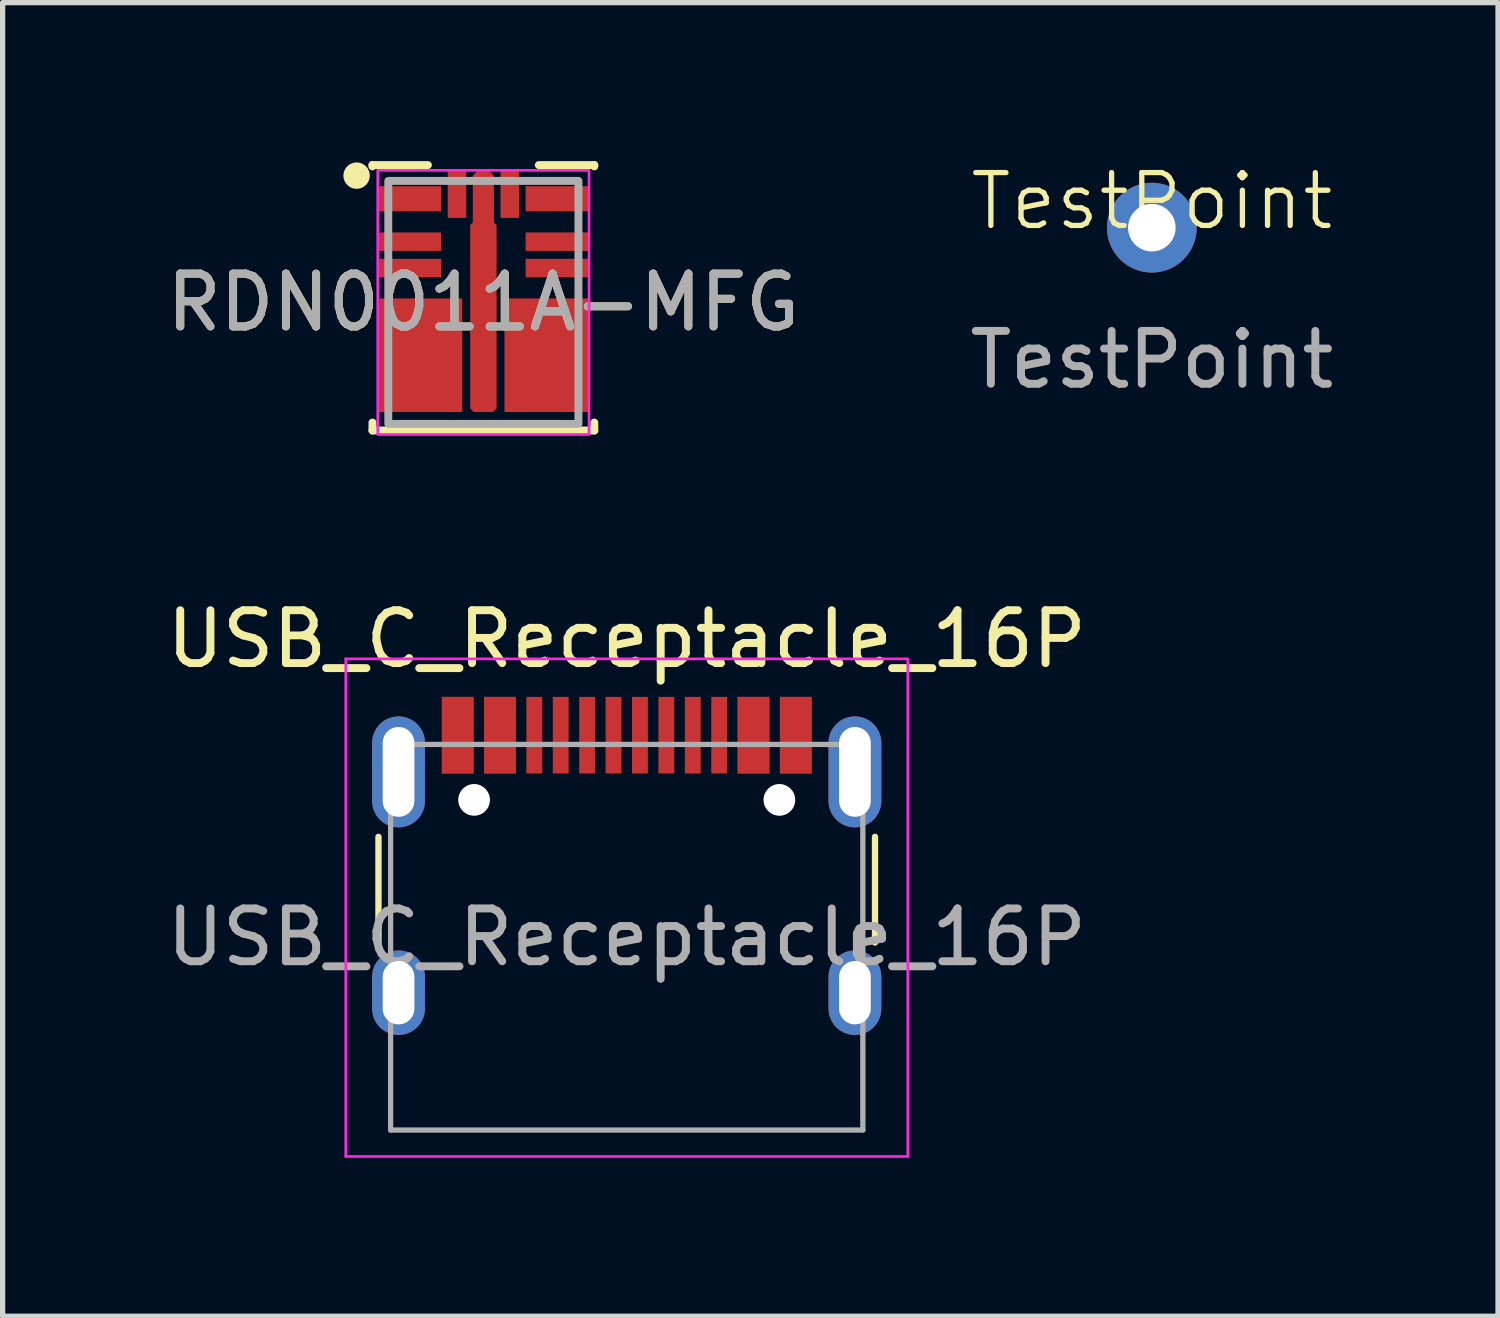
<source format=kicad_pcb>
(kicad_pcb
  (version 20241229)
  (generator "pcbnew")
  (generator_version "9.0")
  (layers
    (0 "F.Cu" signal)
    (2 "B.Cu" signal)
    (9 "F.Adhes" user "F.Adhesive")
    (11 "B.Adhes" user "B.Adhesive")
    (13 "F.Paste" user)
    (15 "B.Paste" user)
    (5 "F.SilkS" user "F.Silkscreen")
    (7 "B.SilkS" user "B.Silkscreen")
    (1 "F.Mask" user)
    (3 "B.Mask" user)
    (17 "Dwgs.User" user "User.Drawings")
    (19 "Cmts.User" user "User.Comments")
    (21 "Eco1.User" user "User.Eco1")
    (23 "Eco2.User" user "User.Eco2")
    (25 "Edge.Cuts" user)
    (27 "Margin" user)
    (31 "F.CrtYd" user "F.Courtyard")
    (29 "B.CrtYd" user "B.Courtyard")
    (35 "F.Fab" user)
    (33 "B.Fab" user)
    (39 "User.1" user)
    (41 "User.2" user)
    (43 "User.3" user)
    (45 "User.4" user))
  (footprint "RDN0011A-MFG"
    (layer "F.Cu")
    (at 6.101 2.675)
    (property "Reference" "RDN0011A-MFG" (at 0 0 0) (unlocked yes) (layer "F.SilkS") (effects (font (size 1 1) (thickness 0.15))))
    (attr through_hole)
    (fp_poly (pts (xy -1.95 -2.099) (xy -1.9 -2.15) (xy -0.9 -2.15) (xy -0.85 -2.099) (xy -0.85 -1.825) (xy -0.9 -1.774) (xy -1.9 -1.774) (xy -1.95 -1.825)) (stroke (width 0) (type solid)) (fill yes) (layer "F.Mask"))
    (fp_poly (pts (xy -1.9 -1.025) (xy -1.95 -1.075) (xy -1.95 -1.225) (xy -1.9 -1.275) (xy -0.9 -1.275) (xy -0.85 -1.225) (xy -0.85 -1.075) (xy -0.9 -1.025)) (stroke (width 0) (type solid)) (fill yes) (layer "F.Mask"))
    (fp_poly (pts (xy -0.9 -0.775) (xy -0.85 -0.725) (xy -0.85 -0.575) (xy -0.9 -0.525) (xy -1.9 -0.525) (xy -1.95 -0.575) (xy -1.95 -0.725) (xy -1.9 -0.775)) (stroke (width 0) (type solid)) (fill yes) (layer "F.Mask"))
    (fp_poly (pts (xy -0.425 -1.65) (xy -0.575 -1.65) (xy -0.625 -1.7) (xy -0.625 -2.4) (xy -0.575 -2.45) (xy -0.425 -2.45) (xy -0.375 -2.4) (xy -0.375 -1.7)) (stroke (width 0) (type solid)) (fill yes) (layer "F.Mask"))
    (fp_poly (pts (xy -0.15 -2.4) (xy -0.1 -2.45) (xy 0.1 -2.45) (xy 0.15 -2.4) (xy 0.15 -0.974) (xy 0.1 -0.924) (xy -0.1 -0.924) (xy -0.15 -0.974)) (stroke (width 0) (type solid)) (fill yes) (layer "F.Mask"))
    (fp_poly (pts (xy 0.575 -1.65) (xy 0.425 -1.65) (xy 0.375 -1.7) (xy 0.375 -2.4) (xy 0.425 -2.45) (xy 0.575 -2.45) (xy 0.625 -2.4) (xy 0.625 -1.7)) (stroke (width 0) (type solid)) (fill yes) (layer "F.Mask"))
    (fp_poly (pts (xy 0.85 -1.075) (xy 0.85 -1.225) (xy 0.9 -1.275) (xy 1.9 -1.275) (xy 1.95 -1.225) (xy 1.95 -1.075) (xy 1.9 -1.025) (xy 0.9 -1.025)) (stroke (width 0) (type solid)) (fill yes) (layer "F.Mask"))
    (fp_poly (pts (xy 0.85 -0.725) (xy 0.9 -0.775) (xy 1.9 -0.775) (xy 1.95 -0.725) (xy 1.95 -0.575) (xy 1.9 -0.525) (xy 0.9 -0.525) (xy 0.85 -0.575)) (stroke (width 0) (type solid)) (fill yes) (layer "F.Mask"))
    (fp_poly (pts (xy 1.95 -2.099) (xy 1.95 -1.825) (xy 1.9 -1.774) (xy 0.9 -1.774) (xy 0.85 -1.825) (xy 0.85 -2.099) (xy 0.9 -2.15) (xy 1.9 -2.15)) (stroke (width 0) (type solid)) (fill yes) (layer "F.Mask"))
    (fp_poly (pts (xy -0.5 2.025) (xy -0.45 1.975) (xy -0.45 0.025) (xy -0.5 -0.025) (xy -1.525 -0.025) (xy -1.575 0.025) (xy -1.575 0.125) (xy -1.625 0.175) (xy -1.9 0.175) (xy -1.95 0.225) (xy -1.95 0.375) (xy -1.9 0.425) (xy -1.625 0.425) (xy -1.575 0.475) (xy -1.575 0.625) (xy -1.625 0.675) (xy -1.9 0.675) (xy -1.95 0.725) (xy -1.95 0.875) (xy -1.9 0.925) (xy -1.625 0.925) (xy -1.575 0.975) (xy -1.575 1.125) (xy -1.625 1.175) (xy -1.9 1.175) (xy -1.95 1.225) (xy -1.95 1.375) (xy -1.9 1.425) (xy -1.625 1.425) (xy -1.575 1.475) (xy -1.575 1.625) (xy -1.625 1.675) (xy -1.9 1.675) (xy -1.95 1.725) (xy -1.95 1.875) (xy -1.9 1.925) (xy -1.625 1.925) (xy -1.575 1.975) (xy -1.575 1.975) (xy -1.525 2.025)) (stroke (width 0) (type solid)) (fill yes) (layer "F.Mask"))
    (fp_poly (pts (xy 0.5 2.025) (xy 0.45 1.975) (xy 0.45 0.025) (xy 0.5 -0.025) (xy 1.525 -0.025) (xy 1.575 0.025) (xy 1.575 0.125) (xy 1.625 0.175) (xy 1.9 0.175) (xy 1.95 0.225) (xy 1.95 0.375) (xy 1.9 0.425) (xy 1.625 0.425) (xy 1.575 0.475) (xy 1.575 0.625) (xy 1.625 0.675) (xy 1.9 0.675) (xy 1.95 0.725) (xy 1.95 0.875) (xy 1.9 0.925) (xy 1.625 0.925) (xy 1.575 0.975) (xy 1.575 1.125) (xy 1.625 1.175) (xy 1.9 1.175) (xy 1.95 1.225) (xy 1.95 1.375) (xy 1.9 1.425) (xy 1.625 1.425) (xy 1.575 1.475) (xy 1.575 1.625) (xy 1.625 1.675) (xy 1.9 1.675) (xy 1.95 1.725) (xy 1.95 1.875) (xy 1.9 1.925) (xy 1.625 1.925) (xy 1.575 1.975) (xy 1.575 1.975) (xy 1.525 2.025)) (stroke (width 0) (type solid)) (fill yes) (layer "F.Mask"))
    (fp_line (start -2.1 -2.6) (end -1.05 -2.6) (stroke (width 0.15) (type solid)) (layer "F.SilkS"))
    (fp_line (start -2.1 -2.575) (end -2.1 -2.6) (stroke (width 0.15) (type solid)) (layer "F.SilkS"))
    (fp_line (start -2.1 2.425) (end -2.1 2.275) (stroke (width 0.15) (type solid)) (layer "F.SilkS"))
    (fp_line (start -2.1 2.425) (end 2.1 2.425) (stroke (width 0.15) (type solid)) (layer "F.SilkS"))
    (fp_line (start 1.05 -2.6) (end 2.1 -2.6) (stroke (width 0.15) (type solid)) (layer "F.SilkS"))
    (fp_line (start 2.1 -2.575) (end 2.1 -2.6) (stroke (width 0.15) (type solid)) (layer "F.SilkS"))
    (fp_line (start 2.1 2.425) (end 2.1 2.275) (stroke (width 0.15) (type solid)) (layer "F.SilkS"))
    (fp_circle (center -2.4 -2.4) (end -2.275 -2.4) (stroke (width 0.25) (type solid)) (fill no) (layer "F.SilkS"))
    (fp_poly (pts (xy -1.95 -2.099) (xy -1.9 -2.15) (xy -0.9 -2.15) (xy -0.85 -2.099) (xy -0.85 -1.825) (xy -0.9 -1.774) (xy -1.9 -1.774) (xy -1.95 -1.825)) (stroke (width 0) (type solid)) (fill yes) (layer "F.Paste"))
    (fp_poly (pts (xy -1.9 -1.025) (xy -1.95 -1.075) (xy -1.95 -1.225) (xy -1.9 -1.275) (xy -0.9 -1.275) (xy -0.85 -1.225) (xy -0.85 -1.075) (xy -0.9 -1.025)) (stroke (width 0) (type solid)) (fill yes) (layer "F.Paste"))
    (fp_poly (pts (xy -1.575 0.225) (xy -1.575 0.375) (xy -1.625 0.425) (xy -1.9 0.425) (xy -1.95 0.375) (xy -1.95 0.225) (xy -1.9 0.175) (xy -1.625 0.175)) (stroke (width 0) (type solid)) (fill yes) (layer "F.Paste"))
    (fp_poly (pts (xy -1.575 0.725) (xy -1.575 0.875) (xy -1.625 0.925) (xy -1.9 0.925) (xy -1.95 0.875) (xy -1.95 0.725) (xy -1.9 0.675) (xy -1.625 0.675)) (stroke (width 0) (type solid)) (fill yes) (layer "F.Paste"))
    (fp_poly (pts (xy -1.575 1.225) (xy -1.575 1.375) (xy -1.625 1.425) (xy -1.9 1.425) (xy -1.95 1.375) (xy -1.95 1.225) (xy -1.9 1.175) (xy -1.625 1.175)) (stroke (width 0) (type solid)) (fill yes) (layer "F.Paste"))
    (fp_poly (pts (xy -1.575 1.725) (xy -1.575 1.875) (xy -1.625 1.925) (xy -1.9 1.925) (xy -1.95 1.875) (xy -1.95 1.725) (xy -1.9 1.675) (xy -1.625 1.675)) (stroke (width 0) (type solid)) (fill yes) (layer "F.Paste"))
    (fp_poly (pts (xy -1.38 0.443) (xy -1.38 0.028) (xy -1.33 -0.022) (xy -0.5 -0.022) (xy -0.45 0.028) (xy -0.45 0.443) (xy -0.5 0.493) (xy -1.33 0.493)) (stroke (width 0) (type solid)) (fill yes) (layer "F.Paste"))
    (fp_poly (pts (xy -1.33 1.31) (xy -1.38 1.26) (xy -1.38 0.74) (xy -1.33 0.69) (xy -0.5 0.69) (xy -0.45 0.74) (xy -0.45 1.26) (xy -0.5 1.31)) (stroke (width 0) (type solid)) (fill yes) (layer "F.Paste"))
    (fp_poly (pts (xy -1.33 1.512) (xy -0.5 1.512) (xy -0.45 1.562) (xy -0.45 1.977) (xy -0.5 2.027) (xy -1.33 2.027) (xy -1.38 1.977) (xy -1.38 1.562)) (stroke (width 0) (type solid)) (fill yes) (layer "F.Paste"))
    (fp_poly (pts (xy -0.9 -0.775) (xy -0.85 -0.725) (xy -0.85 -0.575) (xy -0.9 -0.525) (xy -1.9 -0.525) (xy -1.95 -0.575) (xy -1.95 -0.725) (xy -1.9 -0.775)) (stroke (width 0) (type solid)) (fill yes) (layer "F.Paste"))
    (fp_poly (pts (xy -0.425 -1.65) (xy -0.575 -1.65) (xy -0.625 -1.7) (xy -0.625 -2.4) (xy -0.575 -2.45) (xy -0.425 -2.45) (xy -0.375 -2.4) (xy -0.375 -1.7)) (stroke (width 0) (type solid)) (fill yes) (layer "F.Paste"))
    (fp_poly (pts (xy -0.15 -2.4) (xy -0.1 -2.45) (xy 0.1 -2.45) (xy 0.15 -2.4) (xy 0.15 -0.974) (xy 0.1 -0.924) (xy -0.1 -0.924) (xy -0.15 -0.974)) (stroke (width 0) (type solid)) (fill yes) (layer "F.Paste"))
    (fp_poly (pts (xy 0.45 1.26) (xy 0.45 0.74) (xy 0.5 0.69) (xy 1.33 0.69) (xy 1.38 0.74) (xy 1.38 1.26) (xy 1.33 1.31) (xy 0.5 1.31)) (stroke (width 0) (type solid)) (fill yes) (layer "F.Paste"))
    (fp_poly (pts (xy 0.575 -1.65) (xy 0.425 -1.65) (xy 0.375 -1.7) (xy 0.375 -2.4) (xy 0.425 -2.45) (xy 0.575 -2.45) (xy 0.625 -2.4) (xy 0.625 -1.7)) (stroke (width 0) (type solid)) (fill yes) (layer "F.Paste"))
    (fp_poly (pts (xy 0.85 -1.075) (xy 0.85 -1.225) (xy 0.9 -1.275) (xy 1.9 -1.275) (xy 1.95 -1.225) (xy 1.95 -1.075) (xy 1.9 -1.025) (xy 0.9 -1.025)) (stroke (width 0) (type solid)) (fill yes) (layer "F.Paste"))
    (fp_poly (pts (xy 0.85 -0.725) (xy 0.9 -0.775) (xy 1.9 -0.775) (xy 1.95 -0.725) (xy 1.95 -0.575) (xy 1.9 -0.525) (xy 0.9 -0.525) (xy 0.85 -0.575)) (stroke (width 0) (type solid)) (fill yes) (layer "F.Paste"))
    (fp_poly (pts (xy 1.33 0.493) (xy 0.5 0.493) (xy 0.45 0.443) (xy 0.45 0.028) (xy 0.5 -0.022) (xy 1.33 -0.022) (xy 1.38 0.028) (xy 1.38 0.443)) (stroke (width 0) (type solid)) (fill yes) (layer "F.Paste"))
    (fp_poly (pts (xy 1.38 1.562) (xy 1.38 1.977) (xy 1.33 2.027) (xy 0.5 2.027) (xy 0.45 1.977) (xy 0.45 1.562) (xy 0.5 1.512) (xy 1.33 1.512)) (stroke (width 0) (type solid)) (fill yes) (layer "F.Paste"))
    (fp_poly (pts (xy 1.95 0.225) (xy 1.95 0.375) (xy 1.9 0.425) (xy 1.625 0.425) (xy 1.575 0.375) (xy 1.575 0.225) (xy 1.625 0.175) (xy 1.9 0.175)) (stroke (width 0) (type solid)) (fill yes) (layer "F.Paste"))
    (fp_poly (pts (xy 1.95 0.725) (xy 1.95 0.875) (xy 1.9 0.925) (xy 1.625 0.925) (xy 1.575 0.875) (xy 1.575 0.725) (xy 1.625 0.675) (xy 1.9 0.675)) (stroke (width 0) (type solid)) (fill yes) (layer "F.Paste"))
    (fp_poly (pts (xy 1.95 1.225) (xy 1.95 1.375) (xy 1.9 1.425) (xy 1.625 1.425) (xy 1.575 1.375) (xy 1.575 1.225) (xy 1.625 1.175) (xy 1.9 1.175)) (stroke (width 0) (type solid)) (fill yes) (layer "F.Paste"))
    (fp_poly (pts (xy 1.95 1.725) (xy 1.95 1.875) (xy 1.9 1.925) (xy 1.625 1.925) (xy 1.575 1.875) (xy 1.575 1.725) (xy 1.625 1.675) (xy 1.9 1.675)) (stroke (width 0) (type solid)) (fill yes) (layer "F.Paste"))
    (fp_poly (pts (xy 1.95 -2.099) (xy 1.95 -1.825) (xy 1.9 -1.774) (xy 0.9 -1.774) (xy 0.85 -1.825) (xy 0.85 -2.099) (xy 0.9 -2.15) (xy 1.9 -2.15)) (stroke (width 0) (type solid)) (fill yes) (layer "F.Paste"))
    (fp_rect (start -2 -2.5) (end 2 2.5) (stroke (width 0.05) (type default)) (fill no) (layer "F.CrtYd"))
    (fp_rect (start -1.8 -2.3) (end 1.8 2.3) (stroke (width 0.15) (type solid)) (fill no) (layer "F.Fab"))
    (fp_text user "${REFERENCE}" (at 0 0 0) (unlocked yes) (layer "F.Fab") (effects (font (size 1 1) (thickness 0.15))))
    (pad "1" smd rect (at -1.4 -1.962) (size 1.2 0.475) (layers "F.Cu"))
    (pad "2" smd rect (at -1.4 -1.15) (size 1.2 0.35) (layers "F.Cu"))
    (pad "3" smd rect (at -1.4 -0.65) (size 1.2 0.35) (layers "F.Cu"))
    (pad "4" smd rect (at -1.2 1) (size 1.6 2.15) (layers "F.Cu"))
    (pad "5" smd rect (at 1.2 1) (size 1.6 2.15) (layers "F.Cu"))
    (pad "6" smd rect (at 1.4 -0.65) (size 1.2 0.35) (layers "F.Cu"))
    (pad "7" smd rect (at 1.4 -1.15) (size 1.2 0.35) (layers "F.Cu"))
    (pad "8" smd rect (at 1.4 -1.962) (size 1.2 0.475) (layers "F.Cu"))
    (pad "9" smd rect (at 0.5 -2.05) (size 0.35 0.9) (layers "F.Cu"))
    (pad "10" smd custom (at 0 -1.005) (size 0.3 0.504) (layers "F.Cu") (options (anchor circle)) (primitives (gr_poly (pts (xy -0.2 -1.395) (xy -0.1 -1.495) (xy 0.1 -1.495) (xy 0.2 -1.395) (xy 0.2 -0.51) (xy 0.25 -0.46) (xy 0.25 3.01) (xy 0.18 3.08) (xy -0.18 3.08) (xy -0.25 3.01) (xy -0.25 -0.46) (xy -0.2 -0.51)) (width 0) (fill yes))))
    (pad "11" smd rect (at -0.5 -2.05) (size 0.35 0.9) (layers "F.Cu")))
  (footprint "TestPoint"
    (layer "F.Cu")
    (at 18.756 1.26)
    (property "Reference" "TestPoint" (at 0 -0.5 0) (unlocked yes) (layer "F.SilkS") (effects (font (size 1 1) (thickness 0.1))))
    (attr smd)
    (fp_text user "${REFERENCE}" (at 0 2.5 0) (unlocked yes) (layer "F.Fab") (effects (font (size 1 1) (thickness 0.15))))
    (pad "1" thru_hole circle (at 0 0) (size 1.7 1.7) (drill 0.9) (layers "*.Cu" "F.Mask" "F.Paste")))
  (footprint "USB_C_Receptacle_16P"
    (layer "F.Cu")
    (at 8.815 14.693)
    (property "Reference" "USB_C_Receptacle_16P" (at 0 -5.645 0) (layer "F.SilkS") (effects (font (size 1 1) (thickness 0.15))))
    (attr smd)
    (fp_line (start -4.7 -1.9) (end -4.7 0.1) (stroke (width 0.12) (type solid)) (layer "F.SilkS"))
    (fp_line (start 4.7 -1.9) (end 4.7 0.1) (stroke (width 0.12) (type solid)) (layer "F.SilkS"))
    (fp_line (start -5.32 -5.27) (end -5.32 4.15) (stroke (width 0.05) (type solid)) (layer "F.CrtYd"))
    (fp_line (start -5.32 -5.27) (end 5.32 -5.27) (stroke (width 0.05) (type solid)) (layer "F.CrtYd"))
    (fp_line (start -5.32 4.15) (end 5.32 4.15) (stroke (width 0.05) (type solid)) (layer "F.CrtYd"))
    (fp_line (start 5.32 -5.27) (end 5.32 4.15) (stroke (width 0.05) (type solid)) (layer "F.CrtYd"))
    (fp_line (start -4.47 -3.65) (end -4.47 3.65) (stroke (width 0.1) (type solid)) (layer "F.Fab"))
    (fp_line (start -4.47 -3.65) (end 4.47 -3.65) (stroke (width 0.1) (type solid)) (layer "F.Fab"))
    (fp_line (start -4.47 3.65) (end 4.47 3.65) (stroke (width 0.1) (type solid)) (layer "F.Fab"))
    (fp_line (start 4.47 -3.65) (end 4.47 3.65) (stroke (width 0.1) (type solid)) (layer "F.Fab"))
    (fp_text user "${REFERENCE}" (at 0 0 0) (layer "F.Fab") (effects (font (size 1 1) (thickness 0.15))))
    (pad "" np_thru_hole circle (at -2.89 -2.6) (size 0.6 0.6) (drill 0.6) (layers "*.Cu" "*.Mask"))
    (pad "" np_thru_hole circle (at 2.89 -2.6) (size 0.6 0.6) (drill 0.6) (layers "*.Cu" "*.Mask"))
    (pad "A1" smd rect (at -3.2 -3.825) (size 0.6 1.45) (layers "F.Cu" "F.Mask" "F.Paste"))
    (pad "A4" smd rect (at -2.4 -3.825) (size 0.6 1.45) (layers "F.Cu" "F.Mask" "F.Paste"))
    (pad "A5" smd rect (at -1.25 -3.825) (size 0.3 1.45) (layers "F.Cu" "F.Mask" "F.Paste"))
    (pad "A6" smd rect (at -0.25 -3.825) (size 0.3 1.45) (layers "F.Cu" "F.Mask" "F.Paste"))
    (pad "A7" smd rect (at 0.25 -3.825) (size 0.3 1.45) (layers "F.Cu" "F.Mask" "F.Paste"))
    (pad "A8" smd rect (at 1.25 -3.825) (size 0.3 1.45) (layers "F.Cu" "F.Mask" "F.Paste"))
    (pad "A9" smd rect (at 2.4 -3.825) (size 0.6 1.45) (layers "F.Cu" "F.Mask" "F.Paste"))
    (pad "A12" smd rect (at 3.2 -3.825) (size 0.6 1.45) (layers "F.Cu" "F.Mask" "F.Paste"))
    (pad "B1" smd rect (at 3.2 -3.825) (size 0.6 1.45) (layers "F.Cu" "F.Mask" "F.Paste"))
    (pad "B4" smd rect (at 2.4 -3.825) (size 0.6 1.45) (layers "F.Cu" "F.Mask" "F.Paste"))
    (pad "B5" smd rect (at 1.75 -3.825) (size 0.3 1.45) (layers "F.Cu" "F.Mask" "F.Paste"))
    (pad "B6" smd rect (at 0.75 -3.825) (size 0.3 1.45) (layers "F.Cu" "F.Mask" "F.Paste"))
    (pad "B7" smd rect (at -0.75 -3.825) (size 0.3 1.45) (layers "F.Cu" "F.Mask" "F.Paste"))
    (pad "B8" smd rect (at -1.75 -3.825) (size 0.3 1.45) (layers "F.Cu" "F.Mask" "F.Paste"))
    (pad "B9" smd rect (at -2.4 -3.825) (size 0.6 1.45) (layers "F.Cu" "F.Mask" "F.Paste"))
    (pad "B12" smd rect (at -3.2 -3.825) (size 0.6 1.45) (layers "F.Cu" "F.Mask" "F.Paste"))
    (pad "S1" thru_hole oval (at -4.32 -3.13) (size 1 2.1) (drill oval 0.6 1.7) (property pad_prop_heatsink) (layers "*.Cu" "*.Mask"))
    (pad "S2" thru_hole oval (at -4.32 1.05) (size 1 1.6) (drill oval 0.6 1.2) (property pad_prop_heatsink) (layers "*.Cu" "*.Mask"))
    (pad "S3" thru_hole oval (at 4.32 1.05) (size 1 1.6) (drill oval 0.6 1.2) (property pad_prop_heatsink) (layers "*.Cu" "*.Mask"))
    (pad "S4" thru_hole oval (at 4.32 -3.13) (size 1 2.1) (drill oval 0.6 1.7) (property pad_prop_heatsink) (layers "*.Cu" "*.Mask")))
  (gr_rect
    (start -3 -3)
    (end 25.31 21.868)
    (stroke (width 0.1) (type default))
    (fill no)
    (layer "Edge.Cuts")))
</source>
